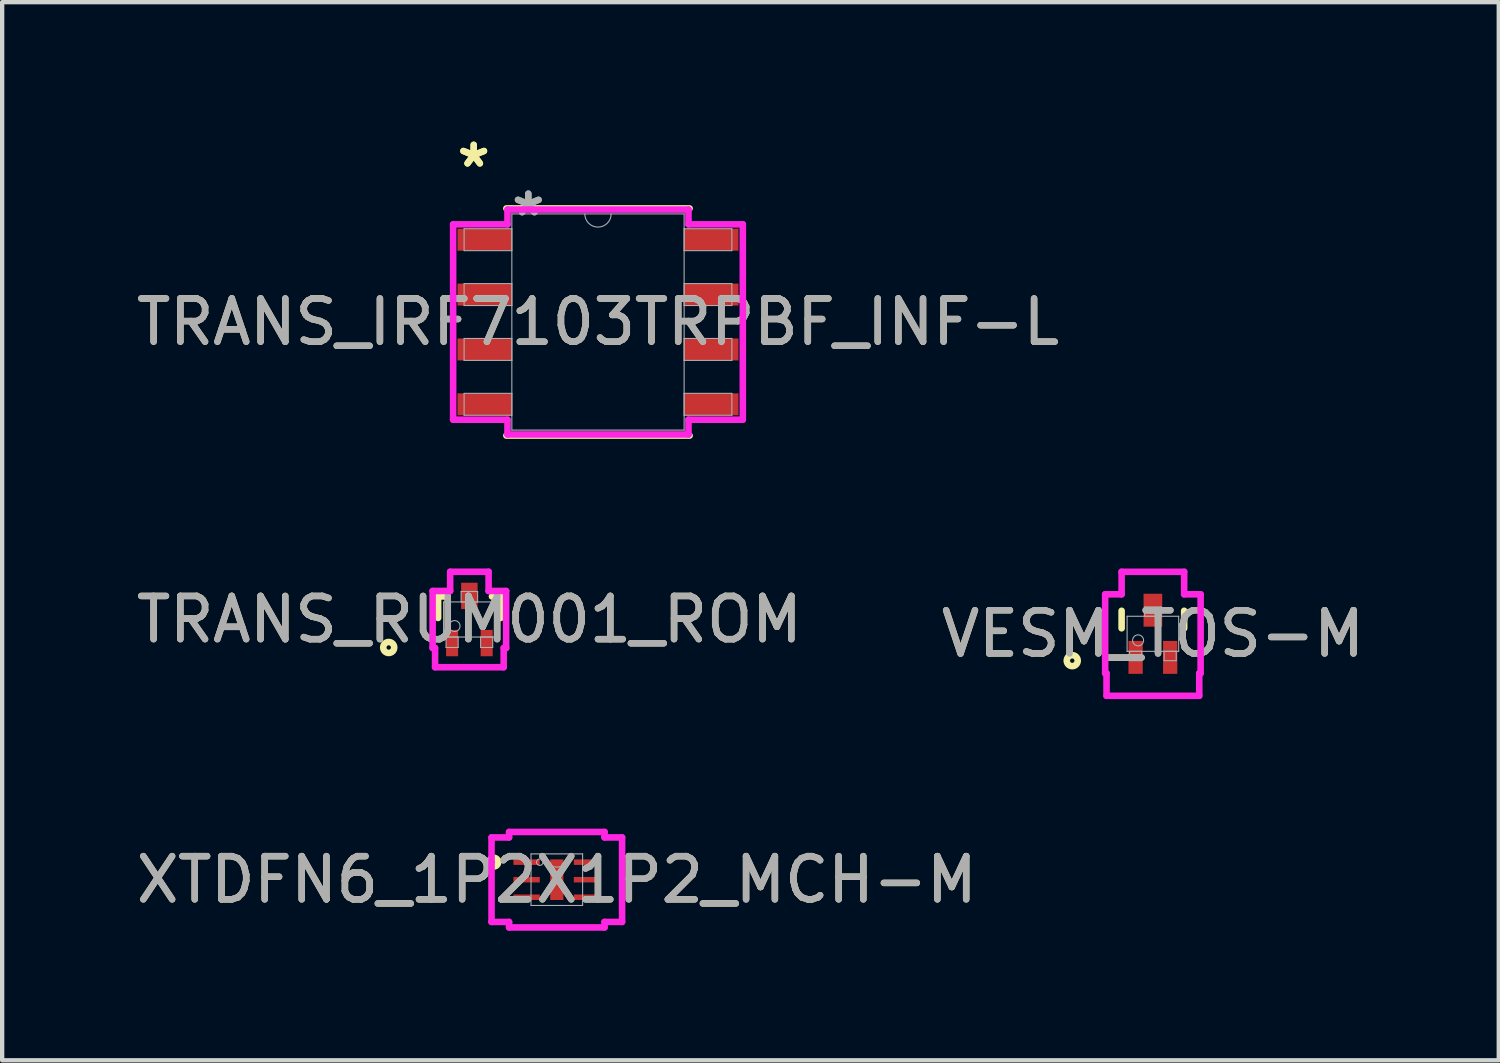
<source format=kicad_pcb>
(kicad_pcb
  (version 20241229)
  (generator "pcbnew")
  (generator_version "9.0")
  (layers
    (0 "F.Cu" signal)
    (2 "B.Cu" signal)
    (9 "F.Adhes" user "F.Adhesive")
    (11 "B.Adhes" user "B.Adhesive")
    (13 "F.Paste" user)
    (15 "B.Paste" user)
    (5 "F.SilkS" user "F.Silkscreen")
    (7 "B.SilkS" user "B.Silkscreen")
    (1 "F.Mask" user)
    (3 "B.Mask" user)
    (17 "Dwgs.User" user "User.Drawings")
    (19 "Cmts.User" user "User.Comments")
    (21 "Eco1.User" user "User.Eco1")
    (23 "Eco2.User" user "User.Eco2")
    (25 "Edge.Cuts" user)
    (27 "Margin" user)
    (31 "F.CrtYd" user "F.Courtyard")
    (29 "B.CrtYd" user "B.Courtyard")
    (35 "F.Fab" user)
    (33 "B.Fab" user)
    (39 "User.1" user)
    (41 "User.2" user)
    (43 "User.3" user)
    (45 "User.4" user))
  (footprint "VESM_TOS-M"
    (layer "F.Cu")
    (at 23.637 11.621)
    (property "Reference" "VESM_TOS-M" (at 0 0 0) (unlocked yes) (layer "F.SilkS") (effects (font (size 1 1) (thickness 0.15))))
    (attr smd)
    (fp_line (start -0.724 -0.533) (end -0.724 -0.127) (stroke (width 0.152) (type solid)) (layer "F.SilkS"))
    (fp_line (start 0.724 -0.127) (end 0.724 -0.533) (stroke (width 0.152) (type solid)) (layer "F.SilkS"))
    (fp_circle (center -1.867 0.622) (end -1.74 0.622) (stroke (width 0.152) (type solid)) (fill no) (layer "F.SilkS"))
    (fp_line (start -1.105 -0.914) (end -0.724 -0.914) (stroke (width 0.152) (type solid)) (layer "F.CrtYd"))
    (fp_line (start -1.105 0.914) (end -1.105 -0.914) (stroke (width 0.152) (type solid)) (layer "F.CrtYd"))
    (fp_line (start -1.105 0.914) (end -1.073 0.914) (stroke (width 0.152) (type solid)) (layer "F.CrtYd"))
    (fp_line (start -1.073 0.914) (end -1.073 1.435) (stroke (width 0.152) (type solid)) (layer "F.CrtYd"))
    (fp_line (start -1.073 1.435) (end 1.073 1.435) (stroke (width 0.152) (type solid)) (layer "F.CrtYd"))
    (fp_line (start -0.724 -1.435) (end 0.724 -1.435) (stroke (width 0.152) (type solid)) (layer "F.CrtYd"))
    (fp_line (start -0.724 -0.914) (end -0.724 -1.435) (stroke (width 0.152) (type solid)) (layer "F.CrtYd"))
    (fp_line (start 0.724 -0.914) (end 0.724 -1.435) (stroke (width 0.152) (type solid)) (layer "F.CrtYd"))
    (fp_line (start 1.073 0.914) (end 1.073 1.435) (stroke (width 0.152) (type solid)) (layer "F.CrtYd"))
    (fp_line (start 1.105 -0.914) (end 0.724 -0.914) (stroke (width 0.152) (type solid)) (layer "F.CrtYd"))
    (fp_line (start 1.105 -0.914) (end 1.105 0.914) (stroke (width 0.152) (type solid)) (layer "F.CrtYd"))
    (fp_line (start 1.105 0.914) (end 1.073 0.914) (stroke (width 0.152) (type solid)) (layer "F.CrtYd"))
    (fp_line (start -0.597 -0.406) (end -0.597 0.406) (stroke (width 0.025) (type solid)) (layer "F.Fab"))
    (fp_line (start -0.597 0.406) (end 0.597 0.406) (stroke (width 0.025) (type solid)) (layer "F.Fab"))
    (fp_line (start -0.54 0.406) (end -0.54 0.622) (stroke (width 0.025) (type solid)) (layer "F.Fab"))
    (fp_line (start -0.54 0.622) (end -0.26 0.622) (stroke (width 0.025) (type solid)) (layer "F.Fab"))
    (fp_line (start -0.26 0.406) (end -0.54 0.406) (stroke (width 0.025) (type solid)) (layer "F.Fab"))
    (fp_line (start -0.26 0.622) (end -0.26 0.406) (stroke (width 0.025) (type solid)) (layer "F.Fab"))
    (fp_line (start -0.191 -0.622) (end -0.191 -0.406) (stroke (width 0.025) (type solid)) (layer "F.Fab"))
    (fp_line (start -0.191 -0.406) (end 0.191 -0.406) (stroke (width 0.025) (type solid)) (layer "F.Fab"))
    (fp_line (start 0.191 -0.622) (end -0.191 -0.622) (stroke (width 0.025) (type solid)) (layer "F.Fab"))
    (fp_line (start 0.191 -0.406) (end 0.191 -0.622) (stroke (width 0.025) (type solid)) (layer "F.Fab"))
    (fp_line (start 0.26 0.406) (end 0.26 0.622) (stroke (width 0.025) (type solid)) (layer "F.Fab"))
    (fp_line (start 0.26 0.622) (end 0.54 0.622) (stroke (width 0.025) (type solid)) (layer "F.Fab"))
    (fp_line (start 0.54 0.406) (end 0.26 0.406) (stroke (width 0.025) (type solid)) (layer "F.Fab"))
    (fp_line (start 0.54 0.622) (end 0.54 0.406) (stroke (width 0.025) (type solid)) (layer "F.Fab"))
    (fp_line (start 0.597 -0.406) (end -0.597 -0.406) (stroke (width 0.025) (type solid)) (layer "F.Fab"))
    (fp_line (start 0.597 0.406) (end 0.597 -0.406) (stroke (width 0.025) (type solid)) (layer "F.Fab"))
    (fp_circle (center -0.343 0.152) (end -0.216 0.152) (stroke (width 0.025) (type solid)) (fill no) (layer "F.Fab"))
    (fp_text user "${REFERENCE}" (at 0 0 0) (unlocked yes) (layer "F.Fab") (effects (font (size 1 1) (thickness 0.15))))
    (pad "1" smd rect (at -0.4 0.546) (size 0.33 0.762) (layers "F.Cu" "F.Mask" "F.Paste"))
    (pad "2" smd rect (at 0.4 0.546) (size 0.33 0.762) (layers "F.Cu" "F.Mask" "F.Paste"))
    (pad "3" smd rect (at 0 -0.546) (size 0.432 0.762) (layers "F.Cu" "F.Mask" "F.Paste")))
  (footprint "XTDFN6_1P2X1P2_MCH-M"
    (layer "F.Cu")
    (at 9.839 17.313)
    (property "Reference" "XTDFN6_1P2X1P2_MCH-M" (at 0 0 0) (unlocked yes) (layer "F.SilkS") (effects (font (size 1 1) (thickness 0.15))))
    (attr smd)
    (fp_circle (center -1.46 -0.406) (end -1.359 -0.406) (stroke (width 0.152) (type solid)) (fill no) (layer "F.SilkS"))
    (fp_line (start -1.511 -0.978) (end -1.105 -0.978) (stroke (width 0.152) (type solid)) (layer "F.CrtYd"))
    (fp_line (start -1.511 0.978) (end -1.511 -0.978) (stroke (width 0.152) (type solid)) (layer "F.CrtYd"))
    (fp_line (start -1.511 0.978) (end -1.105 0.978) (stroke (width 0.152) (type solid)) (layer "F.CrtYd"))
    (fp_line (start -1.105 -1.105) (end 1.105 -1.105) (stroke (width 0.152) (type solid)) (layer "F.CrtYd"))
    (fp_line (start -1.105 -0.978) (end -1.105 -1.105) (stroke (width 0.152) (type solid)) (layer "F.CrtYd"))
    (fp_line (start -1.105 1.105) (end -1.105 0.978) (stroke (width 0.152) (type solid)) (layer "F.CrtYd"))
    (fp_line (start 1.105 -1.105) (end 1.105 -0.978) (stroke (width 0.152) (type solid)) (layer "F.CrtYd"))
    (fp_line (start 1.105 0.978) (end 1.105 1.105) (stroke (width 0.152) (type solid)) (layer "F.CrtYd"))
    (fp_line (start 1.105 1.105) (end -1.105 1.105) (stroke (width 0.152) (type solid)) (layer "F.CrtYd"))
    (fp_line (start 1.511 -0.978) (end 1.105 -0.978) (stroke (width 0.152) (type solid)) (layer "F.CrtYd"))
    (fp_line (start 1.511 -0.978) (end 1.511 0.978) (stroke (width 0.152) (type solid)) (layer "F.CrtYd"))
    (fp_line (start 1.511 0.978) (end 1.105 0.978) (stroke (width 0.152) (type solid)) (layer "F.CrtYd"))
    (fp_line (start -0.597 -0.597) (end -0.597 0.597) (stroke (width 0.025) (type solid)) (layer "F.Fab"))
    (fp_line (start -0.597 0.597) (end 0.597 0.597) (stroke (width 0.025) (type solid)) (layer "F.Fab"))
    (fp_line (start 0.597 -0.597) (end -0.597 -0.597) (stroke (width 0.025) (type solid)) (layer "F.Fab"))
    (fp_line (start 0.597 0.597) (end 0.597 -0.597) (stroke (width 0.025) (type solid)) (layer "F.Fab"))
    (fp_arc (start 0.3048 -0.5969) (mid 0 -0.2921) (end -0.3048 -0.5969) (stroke (width 0.0254) (type solid)) (layer "F.Fab"))
    (fp_circle (center -0.394 -0.406) (end -0.318 -0.406) (stroke (width 0.025) (type solid)) (fill no) (layer "F.Fab"))
    (fp_text user "${REFERENCE}" (at 0 0 0) (unlocked yes) (layer "F.Fab") (effects (font (size 1 1) (thickness 0.15))))
    (pad "1" smd rect (at -0.699 -0.406) (size 0.61 0.127) (layers "F.Cu" "F.Mask" "F.Paste"))
    (pad "2" smd rect (at -0.699 0) (size 0.61 0.127) (layers "F.Cu" "F.Mask" "F.Paste"))
    (pad "3" smd rect (at -0.699 0.406) (size 0.61 0.127) (layers "F.Cu" "F.Mask" "F.Paste"))
    (pad "4" smd rect (at 0.699 0.406) (size 0.61 0.127) (layers "F.Cu" "F.Mask" "F.Paste"))
    (pad "5" smd rect (at 0.699 0) (size 0.61 0.127) (layers "F.Cu" "F.Mask" "F.Paste"))
    (pad "6" smd rect (at 0.699 -0.406) (size 0.61 0.127) (layers "F.Cu" "F.Mask" "F.Paste"))
    (pad "7" smd rect (at 0 0) (size 0.305 0.94) (layers "F.Cu" "F.Mask" "F.Paste")))
  (footprint "TRANS_IRF7103TRPBF_INF-L"
    (layer "F.Cu")
    (at 10.792 4.404)
    (property "Reference" "TRANS_IRF7103TRPBF_INF-L" (at 0 0 0) (unlocked yes) (layer "F.SilkS") (effects (font (size 1 1) (thickness 0.15))))
    (attr smd)
    (fp_line (start -2.121 2.629) (end 2.121 2.629) (stroke (width 0.152) (type solid)) (layer "F.SilkS"))
    (fp_line (start 2.121 -2.629) (end -2.121 -2.629) (stroke (width 0.152) (type solid)) (layer "F.SilkS"))
    (fp_line (start -3.353 -2.261) (end -2.095 -2.261) (stroke (width 0.152) (type solid)) (layer "F.CrtYd"))
    (fp_line (start -3.353 2.261) (end -3.353 -2.261) (stroke (width 0.152) (type solid)) (layer "F.CrtYd"))
    (fp_line (start -3.353 2.261) (end -2.095 2.261) (stroke (width 0.152) (type solid)) (layer "F.CrtYd"))
    (fp_line (start -2.095 -2.603) (end 2.095 -2.603) (stroke (width 0.152) (type solid)) (layer "F.CrtYd"))
    (fp_line (start -2.095 -2.261) (end -2.095 -2.603) (stroke (width 0.152) (type solid)) (layer "F.CrtYd"))
    (fp_line (start -2.095 2.603) (end -2.095 2.261) (stroke (width 0.152) (type solid)) (layer "F.CrtYd"))
    (fp_line (start 2.095 -2.603) (end 2.095 -2.261) (stroke (width 0.152) (type solid)) (layer "F.CrtYd"))
    (fp_line (start 2.095 2.261) (end 2.095 2.603) (stroke (width 0.152) (type solid)) (layer "F.CrtYd"))
    (fp_line (start 2.095 2.603) (end -2.095 2.603) (stroke (width 0.152) (type solid)) (layer "F.CrtYd"))
    (fp_line (start 3.353 -2.261) (end 2.095 -2.261) (stroke (width 0.152) (type solid)) (layer "F.CrtYd"))
    (fp_line (start 3.353 -2.261) (end 3.353 2.261) (stroke (width 0.152) (type solid)) (layer "F.CrtYd"))
    (fp_line (start 3.353 2.261) (end 2.095 2.261) (stroke (width 0.152) (type solid)) (layer "F.CrtYd"))
    (fp_line (start -3.099 -2.159) (end -3.099 -1.651) (stroke (width 0.025) (type solid)) (layer "F.Fab"))
    (fp_line (start -3.099 -1.651) (end -1.994 -1.651) (stroke (width 0.025) (type solid)) (layer "F.Fab"))
    (fp_line (start -3.099 -0.889) (end -3.099 -0.381) (stroke (width 0.025) (type solid)) (layer "F.Fab"))
    (fp_line (start -3.099 -0.381) (end -1.994 -0.381) (stroke (width 0.025) (type solid)) (layer "F.Fab"))
    (fp_line (start -3.099 0.381) (end -3.099 0.889) (stroke (width 0.025) (type solid)) (layer "F.Fab"))
    (fp_line (start -3.099 0.889) (end -1.994 0.889) (stroke (width 0.025) (type solid)) (layer "F.Fab"))
    (fp_line (start -3.099 1.651) (end -3.099 2.159) (stroke (width 0.025) (type solid)) (layer "F.Fab"))
    (fp_line (start -3.099 2.159) (end -1.994 2.159) (stroke (width 0.025) (type solid)) (layer "F.Fab"))
    (fp_line (start -1.994 -2.502) (end -1.994 2.502) (stroke (width 0.025) (type solid)) (layer "F.Fab"))
    (fp_line (start -1.994 -2.159) (end -3.099 -2.159) (stroke (width 0.025) (type solid)) (layer "F.Fab"))
    (fp_line (start -1.994 -1.651) (end -1.994 -2.159) (stroke (width 0.025) (type solid)) (layer "F.Fab"))
    (fp_line (start -1.994 -0.889) (end -3.099 -0.889) (stroke (width 0.025) (type solid)) (layer "F.Fab"))
    (fp_line (start -1.994 -0.381) (end -1.994 -0.889) (stroke (width 0.025) (type solid)) (layer "F.Fab"))
    (fp_line (start -1.994 0.381) (end -3.099 0.381) (stroke (width 0.025) (type solid)) (layer "F.Fab"))
    (fp_line (start -1.994 0.889) (end -1.994 0.381) (stroke (width 0.025) (type solid)) (layer "F.Fab"))
    (fp_line (start -1.994 1.651) (end -3.099 1.651) (stroke (width 0.025) (type solid)) (layer "F.Fab"))
    (fp_line (start -1.994 2.159) (end -1.994 1.651) (stroke (width 0.025) (type solid)) (layer "F.Fab"))
    (fp_line (start -1.994 2.502) (end 1.994 2.502) (stroke (width 0.025) (type solid)) (layer "F.Fab"))
    (fp_line (start 1.994 -2.502) (end -1.994 -2.502) (stroke (width 0.025) (type solid)) (layer "F.Fab"))
    (fp_line (start 1.994 -2.159) (end 1.994 -1.651) (stroke (width 0.025) (type solid)) (layer "F.Fab"))
    (fp_line (start 1.994 -1.651) (end 3.099 -1.651) (stroke (width 0.025) (type solid)) (layer "F.Fab"))
    (fp_line (start 1.994 -0.889) (end 1.994 -0.381) (stroke (width 0.025) (type solid)) (layer "F.Fab"))
    (fp_line (start 1.994 -0.381) (end 3.099 -0.381) (stroke (width 0.025) (type solid)) (layer "F.Fab"))
    (fp_line (start 1.994 0.381) (end 1.994 0.889) (stroke (width 0.025) (type solid)) (layer "F.Fab"))
    (fp_line (start 1.994 0.889) (end 3.099 0.889) (stroke (width 0.025) (type solid)) (layer "F.Fab"))
    (fp_line (start 1.994 1.651) (end 1.994 2.159) (stroke (width 0.025) (type solid)) (layer "F.Fab"))
    (fp_line (start 1.994 2.159) (end 3.099 2.159) (stroke (width 0.025) (type solid)) (layer "F.Fab"))
    (fp_line (start 1.994 2.502) (end 1.994 -2.502) (stroke (width 0.025) (type solid)) (layer "F.Fab"))
    (fp_line (start 3.099 -2.159) (end 1.994 -2.159) (stroke (width 0.025) (type solid)) (layer "F.Fab"))
    (fp_line (start 3.099 -1.651) (end 3.099 -2.159) (stroke (width 0.025) (type solid)) (layer "F.Fab"))
    (fp_line (start 3.099 -0.889) (end 1.994 -0.889) (stroke (width 0.025) (type solid)) (layer "F.Fab"))
    (fp_line (start 3.099 -0.381) (end 3.099 -0.889) (stroke (width 0.025) (type solid)) (layer "F.Fab"))
    (fp_line (start 3.099 0.381) (end 1.994 0.381) (stroke (width 0.025) (type solid)) (layer "F.Fab"))
    (fp_line (start 3.099 0.889) (end 3.099 0.381) (stroke (width 0.025) (type solid)) (layer "F.Fab"))
    (fp_line (start 3.099 1.651) (end 1.994 1.651) (stroke (width 0.025) (type solid)) (layer "F.Fab"))
    (fp_line (start 3.099 2.159) (end 3.099 1.651) (stroke (width 0.025) (type solid)) (layer "F.Fab"))
    (fp_arc (start 0.3048 -2.5019) (mid 0 -2.1971) (end -0.3048 -2.5019) (stroke (width 0.0254) (type solid)) (layer "F.Fab"))
    (fp_text user "*" (at -2.877 -3.556 0) (layer "F.SilkS") (effects (font (size 1 1) (thickness 0.15))))
    (fp_text user "*" (at -2.877 -3.556 0) (unlocked yes) (layer "F.SilkS") (effects (font (size 1 1) (thickness 0.15))))
    (fp_text user "*" (at -1.613 -2.426 0) (unlocked yes) (layer "F.Fab") (effects (font (size 1 1) (thickness 0.15))))
    (fp_text user "*" (at -1.613 -2.426 0) (layer "F.Fab") (effects (font (size 1 1) (thickness 0.15))))
    (fp_text user "${REFERENCE}" (at 0 0 0) (unlocked yes) (layer "F.Fab") (effects (font (size 1 1) (thickness 0.15))))
    (pad "1" smd rect (at -2.623 -1.905) (size 1.257 0.508) (layers "F.Cu" "F.Mask" "F.Paste"))
    (pad "2" smd rect (at -2.623 -0.635) (size 1.257 0.508) (layers "F.Cu" "F.Mask" "F.Paste"))
    (pad "3" smd rect (at -2.623 0.635) (size 1.257 0.508) (layers "F.Cu" "F.Mask" "F.Paste"))
    (pad "4" smd rect (at -2.623 1.905) (size 1.257 0.508) (layers "F.Cu" "F.Mask" "F.Paste"))
    (pad "5" smd rect (at 2.623 1.905) (size 1.257 0.508) (layers "F.Cu" "F.Mask" "F.Paste"))
    (pad "6" smd rect (at 2.623 0.635) (size 1.257 0.508) (layers "F.Cu" "F.Mask" "F.Paste"))
    (pad "7" smd rect (at 2.623 -0.635) (size 1.257 0.508) (layers "F.Cu" "F.Mask" "F.Paste"))
    (pad "8" smd rect (at 2.623 -1.905) (size 1.257 0.508) (layers "F.Cu" "F.Mask" "F.Paste")))
  (footprint "TRANS_RUM001_ROM"
    (layer "F.Cu")
    (at 7.815 11.29)
    (property "Reference" "TRANS_RUM001_ROM" (at 0 0 0) (unlocked yes) (layer "F.SilkS") (effects (font (size 1 1) (thickness 0.15))))
    (attr smd)
    (fp_line (start -0.724 -0.533) (end -0.724 -0.036) (stroke (width 0.152) (type solid)) (layer "F.SilkS"))
    (fp_line (start -0.523 -0.533) (end -0.724 -0.533) (stroke (width 0.152) (type solid)) (layer "F.SilkS"))
    (fp_line (start 0.724 -0.533) (end 0.523 -0.533) (stroke (width 0.152) (type solid)) (layer "F.SilkS"))
    (fp_line (start 0.724 -0.036) (end 0.724 -0.533) (stroke (width 0.152) (type solid)) (layer "F.SilkS"))
    (fp_circle (center -1.867 0.648) (end -1.74 0.648) (stroke (width 0.152) (type solid)) (fill no) (layer "F.SilkS"))
    (fp_line (start -0.851 -0.66) (end -0.445 -0.66) (stroke (width 0.152) (type solid)) (layer "F.CrtYd"))
    (fp_line (start -0.851 0.66) (end -0.851 -0.66) (stroke (width 0.152) (type solid)) (layer "F.CrtYd"))
    (fp_line (start -0.851 0.66) (end -0.794 0.66) (stroke (width 0.152) (type solid)) (layer "F.CrtYd"))
    (fp_line (start -0.794 0.66) (end -0.794 1.105) (stroke (width 0.152) (type solid)) (layer "F.CrtYd"))
    (fp_line (start -0.794 1.105) (end 0.794 1.105) (stroke (width 0.152) (type solid)) (layer "F.CrtYd"))
    (fp_line (start -0.445 -1.105) (end 0.445 -1.105) (stroke (width 0.152) (type solid)) (layer "F.CrtYd"))
    (fp_line (start -0.445 -0.66) (end -0.445 -1.105) (stroke (width 0.152) (type solid)) (layer "F.CrtYd"))
    (fp_line (start 0.445 -0.66) (end 0.445 -1.105) (stroke (width 0.152) (type solid)) (layer "F.CrtYd"))
    (fp_line (start 0.794 0.66) (end 0.794 1.105) (stroke (width 0.152) (type solid)) (layer "F.CrtYd"))
    (fp_line (start 0.851 -0.66) (end 0.445 -0.66) (stroke (width 0.152) (type solid)) (layer "F.CrtYd"))
    (fp_line (start 0.851 -0.66) (end 0.851 0.66) (stroke (width 0.152) (type solid)) (layer "F.CrtYd"))
    (fp_line (start 0.851 0.66) (end 0.794 0.66) (stroke (width 0.152) (type solid)) (layer "F.CrtYd"))
    (fp_line (start -0.597 -0.406) (end -0.597 0.406) (stroke (width 0.025) (type solid)) (layer "F.Fab"))
    (fp_line (start -0.597 0.406) (end 0.597 0.406) (stroke (width 0.025) (type solid)) (layer "F.Fab"))
    (fp_line (start -0.54 0.406) (end -0.54 0.648) (stroke (width 0.025) (type solid)) (layer "F.Fab"))
    (fp_line (start -0.54 0.648) (end -0.26 0.648) (stroke (width 0.025) (type solid)) (layer "F.Fab"))
    (fp_line (start -0.26 0.406) (end -0.54 0.406) (stroke (width 0.025) (type solid)) (layer "F.Fab"))
    (fp_line (start -0.26 0.648) (end -0.26 0.406) (stroke (width 0.025) (type solid)) (layer "F.Fab"))
    (fp_line (start -0.191 -0.648) (end -0.191 -0.406) (stroke (width 0.025) (type solid)) (layer "F.Fab"))
    (fp_line (start -0.191 -0.406) (end 0.191 -0.406) (stroke (width 0.025) (type solid)) (layer "F.Fab"))
    (fp_line (start 0.191 -0.648) (end -0.191 -0.648) (stroke (width 0.025) (type solid)) (layer "F.Fab"))
    (fp_line (start 0.191 -0.406) (end 0.191 -0.648) (stroke (width 0.025) (type solid)) (layer "F.Fab"))
    (fp_line (start 0.26 0.406) (end 0.26 0.648) (stroke (width 0.025) (type solid)) (layer "F.Fab"))
    (fp_line (start 0.26 0.648) (end 0.54 0.648) (stroke (width 0.025) (type solid)) (layer "F.Fab"))
    (fp_line (start 0.54 0.406) (end 0.26 0.406) (stroke (width 0.025) (type solid)) (layer "F.Fab"))
    (fp_line (start 0.54 0.648) (end 0.54 0.406) (stroke (width 0.025) (type solid)) (layer "F.Fab"))
    (fp_line (start 0.597 -0.406) (end -0.597 -0.406) (stroke (width 0.025) (type solid)) (layer "F.Fab"))
    (fp_line (start 0.597 0.406) (end 0.597 -0.406) (stroke (width 0.025) (type solid)) (layer "F.Fab"))
    (fp_circle (center -0.343 0.152) (end -0.216 0.152) (stroke (width 0.025) (type solid)) (fill no) (layer "F.Fab"))
    (fp_text user "${REFERENCE}" (at 0 0 0) (unlocked yes) (layer "F.Fab") (effects (font (size 1 1) (thickness 0.15))))
    (pad "1" smd rect (at -0.4 0.546) (size 0.279 0.61) (layers "F.Cu" "F.Mask" "F.Paste"))
    (pad "2" smd rect (at 0.4 0.546) (size 0.279 0.61) (layers "F.Cu" "F.Mask" "F.Paste"))
    (pad "3" smd rect (at 0 -0.546) (size 0.381 0.61) (layers "F.Cu" "F.Mask" "F.Paste")))
  (gr_rect
    (start -3 -3)
    (end 31.643 21.494)
    (stroke (width 0.1) (type default))
    (fill no)
    (layer "Edge.Cuts")))
</source>
